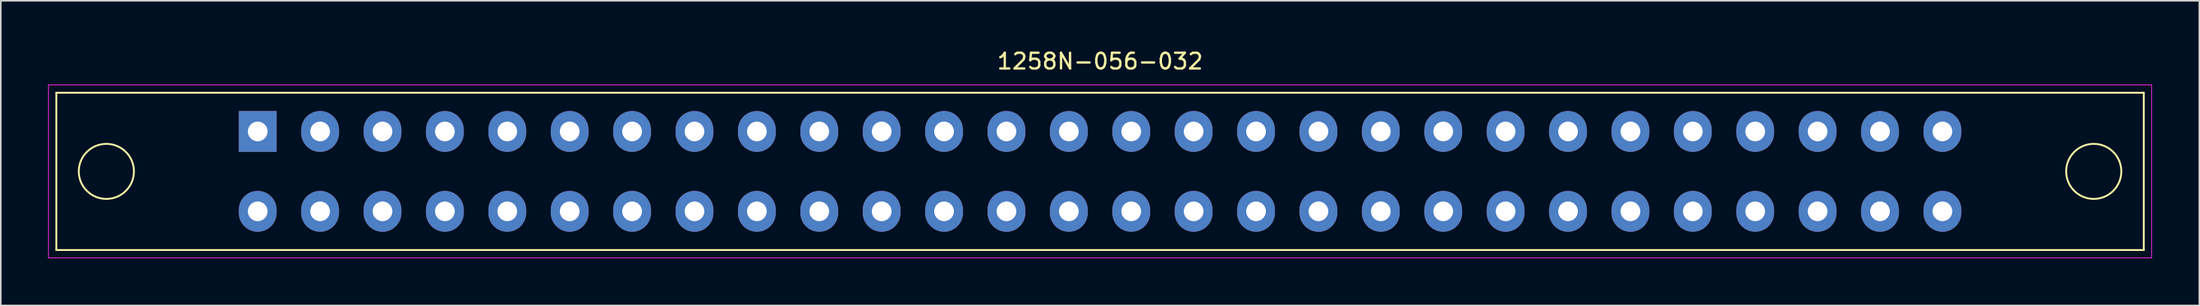
<source format=kicad_pcb>
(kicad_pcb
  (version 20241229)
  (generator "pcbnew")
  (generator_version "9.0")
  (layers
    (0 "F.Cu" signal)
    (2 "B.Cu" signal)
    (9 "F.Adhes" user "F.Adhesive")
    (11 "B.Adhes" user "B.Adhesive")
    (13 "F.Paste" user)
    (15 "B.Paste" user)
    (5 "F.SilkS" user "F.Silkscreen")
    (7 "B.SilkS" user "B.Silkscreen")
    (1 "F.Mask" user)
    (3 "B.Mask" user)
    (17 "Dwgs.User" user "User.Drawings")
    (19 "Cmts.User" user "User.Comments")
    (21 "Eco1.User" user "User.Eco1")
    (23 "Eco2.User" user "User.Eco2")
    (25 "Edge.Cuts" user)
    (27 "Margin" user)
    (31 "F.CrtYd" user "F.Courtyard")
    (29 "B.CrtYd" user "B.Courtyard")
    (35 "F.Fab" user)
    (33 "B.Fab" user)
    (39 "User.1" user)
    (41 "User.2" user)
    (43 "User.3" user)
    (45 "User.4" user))
  (footprint "1258N-056-032"
    (layer "F.Cu")
    (at 13.305 5.308)
    (property "Reference" "1258N-056-032" (at 53.46 -4.46 0) (layer "F.SilkS") (effects (font (size 1 1) (thickness 0.15))))
    (attr through_hole)
    (fp_line (start -12.78 -2.46) (end -12.78 7.54) (stroke (width 0.12) (type solid)) (layer "F.SilkS"))
    (fp_line (start -12.78 7.54) (end 119.7 7.54) (stroke (width 0.12) (type solid)) (layer "F.SilkS"))
    (fp_line (start 119.7 -2.46) (end -12.78 -2.46) (stroke (width 0.12) (type solid)) (layer "F.SilkS"))
    (fp_line (start 119.7 7.54) (end 119.7 -2.46) (stroke (width 0.12) (type solid)) (layer "F.SilkS"))
    (fp_circle (center -9.605 2.54) (end -7.855 2.54) (stroke (width 0.12) (type solid)) (fill no) (layer "F.SilkS"))
    (fp_circle (center 116.525 2.54) (end 118.275 2.54) (stroke (width 0.12) (type solid)) (fill no) (layer "F.SilkS"))
    (fp_line (start -13.28 -2.96) (end -13.28 8.04) (stroke (width 0.05) (type solid)) (layer "F.CrtYd"))
    (fp_line (start -13.28 8.04) (end 120.2 8.04) (stroke (width 0.05) (type solid)) (layer "F.CrtYd"))
    (fp_line (start 120.2 -2.96) (end -13.28 -2.96) (stroke (width 0.05) (type solid)) (layer "F.CrtYd"))
    (fp_line (start 120.2 8.04) (end 120.2 -2.96) (stroke (width 0.05) (type solid)) (layer "F.CrtYd"))
    (pad "1" thru_hole rect (at 0 0) (size 2.4 2.6) (drill 1.25) (layers "*.Cu" "*.Mask"))
    (pad "2" thru_hole oval (at 0 5.08) (size 2.4 2.6) (drill 1.25) (layers "*.Cu" "*.Mask"))
    (pad "3" thru_hole oval (at 3.96 0) (size 2.4 2.6) (drill 1.25) (layers "*.Cu" "*.Mask"))
    (pad "4" thru_hole oval (at 3.96 5.08) (size 2.4 2.6) (drill 1.25) (layers "*.Cu" "*.Mask"))
    (pad "5" thru_hole oval (at 7.92 0) (size 2.4 2.6) (drill 1.25) (layers "*.Cu" "*.Mask"))
    (pad "6" thru_hole oval (at 7.92 5.08) (size 2.4 2.6) (drill 1.25) (layers "*.Cu" "*.Mask"))
    (pad "7" thru_hole oval (at 11.88 0) (size 2.4 2.6) (drill 1.25) (layers "*.Cu" "*.Mask"))
    (pad "8" thru_hole oval (at 11.88 5.08) (size 2.4 2.6) (drill 1.25) (layers "*.Cu" "*.Mask"))
    (pad "9" thru_hole oval (at 15.84 0) (size 2.4 2.6) (drill 1.25) (layers "*.Cu" "*.Mask"))
    (pad "10" thru_hole oval (at 15.84 5.08) (size 2.4 2.6) (drill 1.25) (layers "*.Cu" "*.Mask"))
    (pad "11" thru_hole oval (at 19.8 0) (size 2.4 2.6) (drill 1.25) (layers "*.Cu" "*.Mask"))
    (pad "12" thru_hole oval (at 19.8 5.08) (size 2.4 2.6) (drill 1.25) (layers "*.Cu" "*.Mask"))
    (pad "13" thru_hole oval (at 23.76 0) (size 2.4 2.6) (drill 1.25) (layers "*.Cu" "*.Mask"))
    (pad "14" thru_hole oval (at 23.76 5.08) (size 2.4 2.6) (drill 1.25) (layers "*.Cu" "*.Mask"))
    (pad "15" thru_hole oval (at 27.72 0) (size 2.4 2.6) (drill 1.25) (layers "*.Cu" "*.Mask"))
    (pad "16" thru_hole oval (at 27.72 5.08) (size 2.4 2.6) (drill 1.25) (layers "*.Cu" "*.Mask"))
    (pad "17" thru_hole oval (at 31.68 0) (size 2.4 2.6) (drill 1.25) (layers "*.Cu" "*.Mask"))
    (pad "18" thru_hole oval (at 31.68 5.08) (size 2.4 2.6) (drill 1.25) (layers "*.Cu" "*.Mask"))
    (pad "19" thru_hole oval (at 35.64 0) (size 2.4 2.6) (drill 1.25) (layers "*.Cu" "*.Mask"))
    (pad "20" thru_hole oval (at 35.64 5.08) (size 2.4 2.6) (drill 1.25) (layers "*.Cu" "*.Mask"))
    (pad "21" thru_hole oval (at 39.6 0) (size 2.4 2.6) (drill 1.25) (layers "*.Cu" "*.Mask"))
    (pad "22" thru_hole oval (at 39.6 5.08) (size 2.4 2.6) (drill 1.25) (layers "*.Cu" "*.Mask"))
    (pad "23" thru_hole oval (at 43.56 0) (size 2.4 2.6) (drill 1.25) (layers "*.Cu" "*.Mask"))
    (pad "24" thru_hole oval (at 43.56 5.08) (size 2.4 2.6) (drill 1.25) (layers "*.Cu" "*.Mask"))
    (pad "25" thru_hole oval (at 47.52 0) (size 2.4 2.6) (drill 1.25) (layers "*.Cu" "*.Mask"))
    (pad "26" thru_hole oval (at 47.52 5.08) (size 2.4 2.6) (drill 1.25) (layers "*.Cu" "*.Mask"))
    (pad "27" thru_hole oval (at 51.48 0) (size 2.4 2.6) (drill 1.25) (layers "*.Cu" "*.Mask"))
    (pad "28" thru_hole oval (at 51.48 5.08) (size 2.4 2.6) (drill 1.25) (layers "*.Cu" "*.Mask"))
    (pad "29" thru_hole oval (at 55.44 0) (size 2.4 2.6) (drill 1.25) (layers "*.Cu" "*.Mask"))
    (pad "30" thru_hole oval (at 55.44 5.08) (size 2.4 2.6) (drill 1.25) (layers "*.Cu" "*.Mask"))
    (pad "31" thru_hole oval (at 59.4 0) (size 2.4 2.6) (drill 1.25) (layers "*.Cu" "*.Mask"))
    (pad "32" thru_hole oval (at 59.4 5.08) (size 2.4 2.6) (drill 1.25) (layers "*.Cu" "*.Mask"))
    (pad "33" thru_hole oval (at 63.36 0) (size 2.4 2.6) (drill 1.25) (layers "*.Cu" "*.Mask"))
    (pad "34" thru_hole oval (at 63.36 5.08) (size 2.4 2.6) (drill 1.25) (layers "*.Cu" "*.Mask"))
    (pad "35" thru_hole oval (at 67.32 0) (size 2.4 2.6) (drill 1.25) (layers "*.Cu" "*.Mask"))
    (pad "36" thru_hole oval (at 67.32 5.08) (size 2.4 2.6) (drill 1.25) (layers "*.Cu" "*.Mask"))
    (pad "37" thru_hole oval (at 71.28 0) (size 2.4 2.6) (drill 1.25) (layers "*.Cu" "*.Mask"))
    (pad "38" thru_hole oval (at 71.28 5.08) (size 2.4 2.6) (drill 1.25) (layers "*.Cu" "*.Mask"))
    (pad "39" thru_hole oval (at 75.24 0) (size 2.4 2.6) (drill 1.25) (layers "*.Cu" "*.Mask"))
    (pad "40" thru_hole oval (at 75.24 5.08) (size 2.4 2.6) (drill 1.25) (layers "*.Cu" "*.Mask"))
    (pad "41" thru_hole oval (at 79.2 0) (size 2.4 2.6) (drill 1.25) (layers "*.Cu" "*.Mask"))
    (pad "42" thru_hole oval (at 79.2 5.08) (size 2.4 2.6) (drill 1.25) (layers "*.Cu" "*.Mask"))
    (pad "43" thru_hole oval (at 83.16 0) (size 2.4 2.6) (drill 1.25) (layers "*.Cu" "*.Mask"))
    (pad "44" thru_hole oval (at 83.16 5.08) (size 2.4 2.6) (drill 1.25) (layers "*.Cu" "*.Mask"))
    (pad "45" thru_hole oval (at 87.12 0) (size 2.4 2.6) (drill 1.25) (layers "*.Cu" "*.Mask"))
    (pad "46" thru_hole oval (at 87.12 5.08) (size 2.4 2.6) (drill 1.25) (layers "*.Cu" "*.Mask"))
    (pad "47" thru_hole oval (at 91.08 0) (size 2.4 2.6) (drill 1.25) (layers "*.Cu" "*.Mask"))
    (pad "48" thru_hole oval (at 91.08 5.08) (size 2.4 2.6) (drill 1.25) (layers "*.Cu" "*.Mask"))
    (pad "49" thru_hole oval (at 95.04 0) (size 2.4 2.6) (drill 1.25) (layers "*.Cu" "*.Mask"))
    (pad "50" thru_hole oval (at 95.04 5.08) (size 2.4 2.6) (drill 1.25) (layers "*.Cu" "*.Mask"))
    (pad "51" thru_hole oval (at 99 0) (size 2.4 2.6) (drill 1.25) (layers "*.Cu" "*.Mask"))
    (pad "52" thru_hole oval (at 99 5.08) (size 2.4 2.6) (drill 1.25) (layers "*.Cu" "*.Mask"))
    (pad "53" thru_hole oval (at 102.96 0) (size 2.4 2.6) (drill 1.25) (layers "*.Cu" "*.Mask"))
    (pad "54" thru_hole oval (at 102.96 5.08) (size 2.4 2.6) (drill 1.25) (layers "*.Cu" "*.Mask"))
    (pad "55" thru_hole oval (at 106.92 0) (size 2.4 2.6) (drill 1.25) (layers "*.Cu" "*.Mask"))
    (pad "56" thru_hole oval (at 106.92 5.08) (size 2.4 2.6) (drill 1.25) (layers "*.Cu" "*.Mask")))
  (gr_rect
    (start -3 -3)
    (end 136.53 16.373)
    (stroke (width 0.1) (type default))
    (fill no)
    (layer "Edge.Cuts")))
</source>
